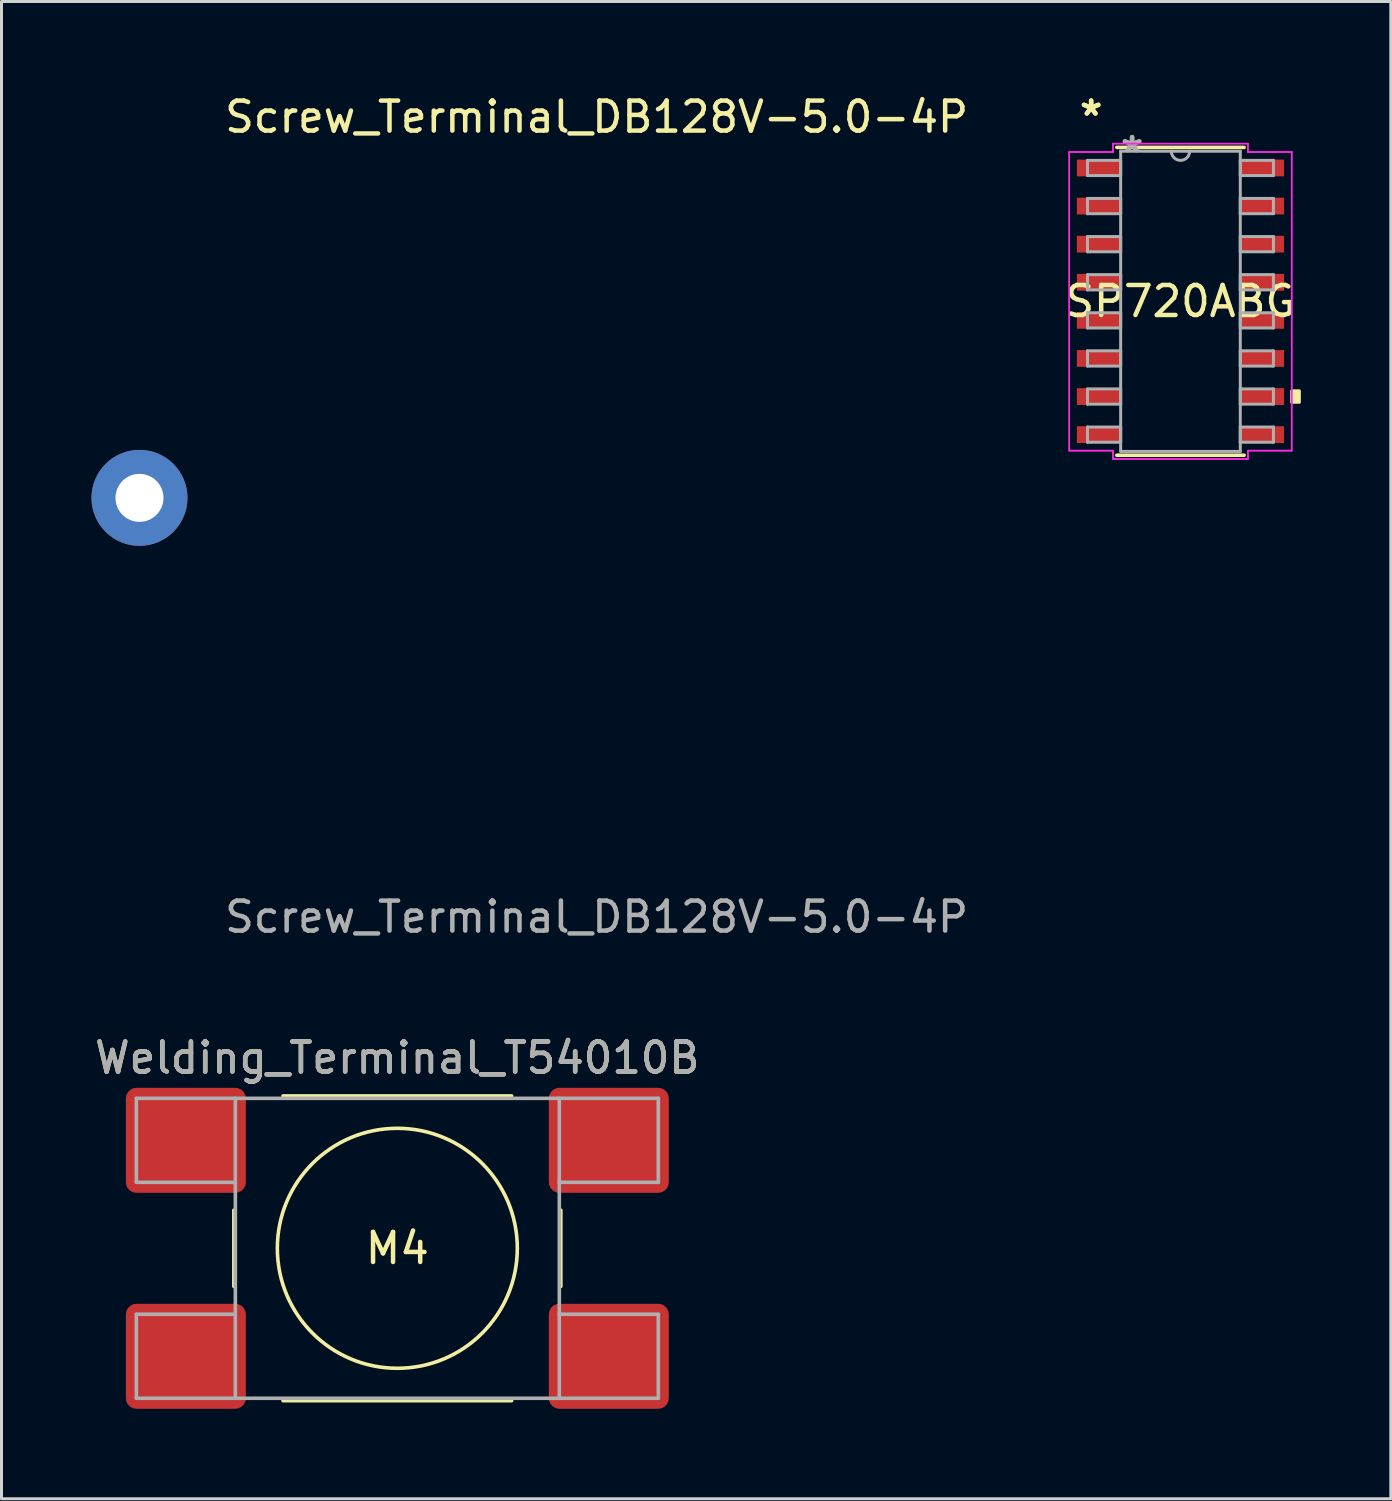
<source format=kicad_pcb>
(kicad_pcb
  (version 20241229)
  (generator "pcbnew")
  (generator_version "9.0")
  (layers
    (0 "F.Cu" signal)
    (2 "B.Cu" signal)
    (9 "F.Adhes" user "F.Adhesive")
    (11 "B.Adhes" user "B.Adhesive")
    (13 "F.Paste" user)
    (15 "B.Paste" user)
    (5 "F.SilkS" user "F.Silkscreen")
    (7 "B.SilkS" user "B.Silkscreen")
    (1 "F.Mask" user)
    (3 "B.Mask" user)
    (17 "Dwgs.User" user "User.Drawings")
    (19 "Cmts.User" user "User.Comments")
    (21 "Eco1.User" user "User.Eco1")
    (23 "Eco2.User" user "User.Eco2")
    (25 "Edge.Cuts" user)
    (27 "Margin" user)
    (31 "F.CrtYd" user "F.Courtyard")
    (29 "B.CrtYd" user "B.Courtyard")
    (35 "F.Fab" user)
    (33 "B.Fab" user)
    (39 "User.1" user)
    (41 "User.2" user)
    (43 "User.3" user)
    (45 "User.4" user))
  (footprint "SP720ABG"
    (layer "F.Cu")
    (at 36.304 6.995)
    (property "Reference" "SP720ABG" (at 0 0 0) (layer "F.SilkS") (effects (font (size 1 1) (thickness 0.15))))
    (attr through_hole)
    (fp_line (start -2.121 5.131) (end 2.121 5.131) (stroke (width 0.12) (type solid)) (layer "F.SilkS"))
    (fp_line (start 2.121 -5.131) (end -2.121 -5.131) (stroke (width 0.12) (type solid)) (layer "F.SilkS"))
    (fp_poly (pts (xy 3.962 2.985) (xy 3.962 3.365) (xy 3.708 3.365) (xy 3.708 2.985)) (stroke (width 0.1) (type solid)) (fill yes) (layer "F.SilkS"))
    (fp_line (start -3.708 -4.978) (end -2.248 -4.978) (stroke (width 0.05) (type solid)) (layer "F.CrtYd"))
    (fp_line (start -3.708 -4.978) (end -2.248 -4.978) (stroke (width 0.05) (type solid)) (layer "F.CrtYd"))
    (fp_line (start -3.708 4.978) (end -3.708 -4.978) (stroke (width 0.05) (type solid)) (layer "F.CrtYd"))
    (fp_line (start -3.708 4.978) (end -3.708 -4.978) (stroke (width 0.05) (type solid)) (layer "F.CrtYd"))
    (fp_line (start -3.708 4.978) (end -2.248 4.978) (stroke (width 0.05) (type solid)) (layer "F.CrtYd"))
    (fp_line (start -2.248 -5.258) (end 2.248 -5.258) (stroke (width 0.05) (type solid)) (layer "F.CrtYd"))
    (fp_line (start -2.248 -5.258) (end 2.248 -5.258) (stroke (width 0.05) (type solid)) (layer "F.CrtYd"))
    (fp_line (start -2.248 -4.978) (end -2.248 -5.258) (stroke (width 0.05) (type solid)) (layer "F.CrtYd"))
    (fp_line (start -2.248 -4.978) (end -2.248 -5.258) (stroke (width 0.05) (type solid)) (layer "F.CrtYd"))
    (fp_line (start -2.248 4.978) (end -3.708 4.978) (stroke (width 0.05) (type solid)) (layer "F.CrtYd"))
    (fp_line (start -2.248 5.258) (end -2.248 4.978) (stroke (width 0.05) (type solid)) (layer "F.CrtYd"))
    (fp_line (start -2.248 5.258) (end -2.248 4.978) (stroke (width 0.05) (type solid)) (layer "F.CrtYd"))
    (fp_line (start 2.248 -5.258) (end 2.248 -4.978) (stroke (width 0.05) (type solid)) (layer "F.CrtYd"))
    (fp_line (start 2.248 -5.258) (end 2.248 -4.978) (stroke (width 0.05) (type solid)) (layer "F.CrtYd"))
    (fp_line (start 2.248 -4.978) (end 3.708 -4.978) (stroke (width 0.05) (type solid)) (layer "F.CrtYd"))
    (fp_line (start 2.248 4.978) (end 2.248 5.258) (stroke (width 0.05) (type solid)) (layer "F.CrtYd"))
    (fp_line (start 2.248 4.978) (end 2.248 5.258) (stroke (width 0.05) (type solid)) (layer "F.CrtYd"))
    (fp_line (start 2.248 5.258) (end -2.248 5.258) (stroke (width 0.05) (type solid)) (layer "F.CrtYd"))
    (fp_line (start 2.248 5.258) (end -2.248 5.258) (stroke (width 0.05) (type solid)) (layer "F.CrtYd"))
    (fp_line (start 3.708 -4.978) (end 2.248 -4.978) (stroke (width 0.05) (type solid)) (layer "F.CrtYd"))
    (fp_line (start 3.708 -4.978) (end 3.708 4.978) (stroke (width 0.05) (type solid)) (layer "F.CrtYd"))
    (fp_line (start 3.708 -4.978) (end 3.708 4.978) (stroke (width 0.05) (type solid)) (layer "F.CrtYd"))
    (fp_line (start 3.708 4.978) (end 2.248 4.978) (stroke (width 0.05) (type solid)) (layer "F.CrtYd"))
    (fp_line (start 3.708 4.978) (end 2.248 4.978) (stroke (width 0.05) (type solid)) (layer "F.CrtYd"))
    (fp_line (start -3.099 -4.699) (end -3.099 -4.191) (stroke (width 0.1) (type solid)) (layer "F.Fab"))
    (fp_line (start -3.099 -4.191) (end -1.994 -4.191) (stroke (width 0.1) (type solid)) (layer "F.Fab"))
    (fp_line (start -3.099 -3.429) (end -3.099 -2.921) (stroke (width 0.1) (type solid)) (layer "F.Fab"))
    (fp_line (start -3.099 -2.921) (end -1.994 -2.921) (stroke (width 0.1) (type solid)) (layer "F.Fab"))
    (fp_line (start -3.099 -2.159) (end -3.099 -1.651) (stroke (width 0.1) (type solid)) (layer "F.Fab"))
    (fp_line (start -3.099 -1.651) (end -1.994 -1.651) (stroke (width 0.1) (type solid)) (layer "F.Fab"))
    (fp_line (start -3.099 -0.889) (end -3.099 -0.381) (stroke (width 0.1) (type solid)) (layer "F.Fab"))
    (fp_line (start -3.099 -0.381) (end -1.994 -0.381) (stroke (width 0.1) (type solid)) (layer "F.Fab"))
    (fp_line (start -3.099 0.381) (end -3.099 0.889) (stroke (width 0.1) (type solid)) (layer "F.Fab"))
    (fp_line (start -3.099 0.889) (end -1.994 0.889) (stroke (width 0.1) (type solid)) (layer "F.Fab"))
    (fp_line (start -3.099 1.651) (end -3.099 2.159) (stroke (width 0.1) (type solid)) (layer "F.Fab"))
    (fp_line (start -3.099 2.159) (end -1.994 2.159) (stroke (width 0.1) (type solid)) (layer "F.Fab"))
    (fp_line (start -3.099 2.921) (end -3.099 3.429) (stroke (width 0.1) (type solid)) (layer "F.Fab"))
    (fp_line (start -3.099 3.429) (end -1.994 3.429) (stroke (width 0.1) (type solid)) (layer "F.Fab"))
    (fp_line (start -3.099 4.191) (end -3.099 4.699) (stroke (width 0.1) (type solid)) (layer "F.Fab"))
    (fp_line (start -3.099 4.699) (end -1.994 4.699) (stroke (width 0.1) (type solid)) (layer "F.Fab"))
    (fp_line (start -1.994 -5.004) (end -1.994 5.004) (stroke (width 0.1) (type solid)) (layer "F.Fab"))
    (fp_line (start -1.994 -4.699) (end -3.099 -4.699) (stroke (width 0.1) (type solid)) (layer "F.Fab"))
    (fp_line (start -1.994 -4.191) (end -1.994 -4.699) (stroke (width 0.1) (type solid)) (layer "F.Fab"))
    (fp_line (start -1.994 -3.429) (end -3.099 -3.429) (stroke (width 0.1) (type solid)) (layer "F.Fab"))
    (fp_line (start -1.994 -2.921) (end -1.994 -3.429) (stroke (width 0.1) (type solid)) (layer "F.Fab"))
    (fp_line (start -1.994 -2.159) (end -3.099 -2.159) (stroke (width 0.1) (type solid)) (layer "F.Fab"))
    (fp_line (start -1.994 -1.651) (end -1.994 -2.159) (stroke (width 0.1) (type solid)) (layer "F.Fab"))
    (fp_line (start -1.994 -0.889) (end -3.099 -0.889) (stroke (width 0.1) (type solid)) (layer "F.Fab"))
    (fp_line (start -1.994 -0.381) (end -1.994 -0.889) (stroke (width 0.1) (type solid)) (layer "F.Fab"))
    (fp_line (start -1.994 0.381) (end -3.099 0.381) (stroke (width 0.1) (type solid)) (layer "F.Fab"))
    (fp_line (start -1.994 0.889) (end -1.994 0.381) (stroke (width 0.1) (type solid)) (layer "F.Fab"))
    (fp_line (start -1.994 1.651) (end -3.099 1.651) (stroke (width 0.1) (type solid)) (layer "F.Fab"))
    (fp_line (start -1.994 2.159) (end -1.994 1.651) (stroke (width 0.1) (type solid)) (layer "F.Fab"))
    (fp_line (start -1.994 2.921) (end -3.099 2.921) (stroke (width 0.1) (type solid)) (layer "F.Fab"))
    (fp_line (start -1.994 3.429) (end -1.994 2.921) (stroke (width 0.1) (type solid)) (layer "F.Fab"))
    (fp_line (start -1.994 4.191) (end -3.099 4.191) (stroke (width 0.1) (type solid)) (layer "F.Fab"))
    (fp_line (start -1.994 4.699) (end -1.994 4.191) (stroke (width 0.1) (type solid)) (layer "F.Fab"))
    (fp_line (start -1.994 5.004) (end 1.994 5.004) (stroke (width 0.1) (type solid)) (layer "F.Fab"))
    (fp_line (start 1.994 -5.004) (end -1.994 -5.004) (stroke (width 0.1) (type solid)) (layer "F.Fab"))
    (fp_line (start 1.994 -4.699) (end 1.994 -4.191) (stroke (width 0.1) (type solid)) (layer "F.Fab"))
    (fp_line (start 1.994 -4.191) (end 3.099 -4.191) (stroke (width 0.1) (type solid)) (layer "F.Fab"))
    (fp_line (start 1.994 -3.429) (end 1.994 -2.921) (stroke (width 0.1) (type solid)) (layer "F.Fab"))
    (fp_line (start 1.994 -2.921) (end 3.099 -2.921) (stroke (width 0.1) (type solid)) (layer "F.Fab"))
    (fp_line (start 1.994 -2.159) (end 1.994 -1.651) (stroke (width 0.1) (type solid)) (layer "F.Fab"))
    (fp_line (start 1.994 -1.651) (end 3.099 -1.651) (stroke (width 0.1) (type solid)) (layer "F.Fab"))
    (fp_line (start 1.994 -0.889) (end 1.994 -0.381) (stroke (width 0.1) (type solid)) (layer "F.Fab"))
    (fp_line (start 1.994 -0.381) (end 3.099 -0.381) (stroke (width 0.1) (type solid)) (layer "F.Fab"))
    (fp_line (start 1.994 0.381) (end 1.994 0.889) (stroke (width 0.1) (type solid)) (layer "F.Fab"))
    (fp_line (start 1.994 0.889) (end 3.099 0.889) (stroke (width 0.1) (type solid)) (layer "F.Fab"))
    (fp_line (start 1.994 1.651) (end 1.994 2.159) (stroke (width 0.1) (type solid)) (layer "F.Fab"))
    (fp_line (start 1.994 2.159) (end 3.099 2.159) (stroke (width 0.1) (type solid)) (layer "F.Fab"))
    (fp_line (start 1.994 2.921) (end 1.994 3.429) (stroke (width 0.1) (type solid)) (layer "F.Fab"))
    (fp_line (start 1.994 3.429) (end 3.099 3.429) (stroke (width 0.1) (type solid)) (layer "F.Fab"))
    (fp_line (start 1.994 4.191) (end 1.994 4.699) (stroke (width 0.1) (type solid)) (layer "F.Fab"))
    (fp_line (start 1.994 4.699) (end 3.099 4.699) (stroke (width 0.1) (type solid)) (layer "F.Fab"))
    (fp_line (start 1.994 5.004) (end 1.994 -5.004) (stroke (width 0.1) (type solid)) (layer "F.Fab"))
    (fp_line (start 3.099 -4.699) (end 1.994 -4.699) (stroke (width 0.1) (type solid)) (layer "F.Fab"))
    (fp_line (start 3.099 -4.191) (end 3.099 -4.699) (stroke (width 0.1) (type solid)) (layer "F.Fab"))
    (fp_line (start 3.099 -3.429) (end 1.994 -3.429) (stroke (width 0.1) (type solid)) (layer "F.Fab"))
    (fp_line (start 3.099 -2.921) (end 3.099 -3.429) (stroke (width 0.1) (type solid)) (layer "F.Fab"))
    (fp_line (start 3.099 -2.159) (end 1.994 -2.159) (stroke (width 0.1) (type solid)) (layer "F.Fab"))
    (fp_line (start 3.099 -1.651) (end 3.099 -2.159) (stroke (width 0.1) (type solid)) (layer "F.Fab"))
    (fp_line (start 3.099 -0.889) (end 1.994 -0.889) (stroke (width 0.1) (type solid)) (layer "F.Fab"))
    (fp_line (start 3.099 -0.381) (end 3.099 -0.889) (stroke (width 0.1) (type solid)) (layer "F.Fab"))
    (fp_line (start 3.099 0.381) (end 1.994 0.381) (stroke (width 0.1) (type solid)) (layer "F.Fab"))
    (fp_line (start 3.099 0.889) (end 3.099 0.381) (stroke (width 0.1) (type solid)) (layer "F.Fab"))
    (fp_line (start 3.099 1.651) (end 1.994 1.651) (stroke (width 0.1) (type solid)) (layer "F.Fab"))
    (fp_line (start 3.099 2.159) (end 3.099 1.651) (stroke (width 0.1) (type solid)) (layer "F.Fab"))
    (fp_line (start 3.099 2.921) (end 1.994 2.921) (stroke (width 0.1) (type solid)) (layer "F.Fab"))
    (fp_line (start 3.099 3.429) (end 3.099 2.921) (stroke (width 0.1) (type solid)) (layer "F.Fab"))
    (fp_line (start 3.099 4.191) (end 1.994 4.191) (stroke (width 0.1) (type solid)) (layer "F.Fab"))
    (fp_line (start 3.099 4.699) (end 3.099 4.191) (stroke (width 0.1) (type solid)) (layer "F.Fab"))
    (fp_arc (start 0.3048 -5.0038) (mid 0 -4.699) (end -0.3048 -5.0038) (stroke (width 0.1) (type solid)) (layer "F.Fab"))
    (fp_text user "*" (at -2.978 -6.147 0) (layer "F.SilkS") (effects (font (size 1 1) (thickness 0.15))))
    (fp_text user "*" (at -2.978 -6.147 0) (layer "F.SilkS") (effects (font (size 1 1) (thickness 0.15))))
    (fp_text user "*" (at -1.613 -4.928 0) (layer "F.Fab") (effects (font (size 1 1) (thickness 0.15))))
    (fp_text user "*" (at -1.613 -4.928 0) (layer "F.Fab") (effects (font (size 1 1) (thickness 0.15))))
    (pad "1" smd rect (at -2.724 -4.445) (size 1.46 0.559) (layers "F.Cu" "F.Mask" "F.Paste"))
    (pad "2" smd rect (at -2.724 -3.175) (size 1.46 0.559) (layers "F.Cu" "F.Mask" "F.Paste"))
    (pad "3" smd rect (at -2.724 -1.905) (size 1.46 0.559) (layers "F.Cu" "F.Mask" "F.Paste"))
    (pad "4" smd rect (at -2.724 -0.635) (size 1.46 0.559) (layers "F.Cu" "F.Mask" "F.Paste"))
    (pad "5" smd rect (at -2.724 0.635) (size 1.46 0.559) (layers "F.Cu" "F.Mask" "F.Paste"))
    (pad "6" smd rect (at -2.724 1.905) (size 1.46 0.559) (layers "F.Cu" "F.Mask" "F.Paste"))
    (pad "7" smd rect (at -2.724 3.175) (size 1.46 0.559) (layers "F.Cu" "F.Mask" "F.Paste"))
    (pad "8" smd rect (at -2.724 4.445) (size 1.46 0.559) (layers "F.Cu" "F.Mask" "F.Paste"))
    (pad "9" smd rect (at 2.724 4.445) (size 1.46 0.559) (layers "F.Cu" "F.Mask" "F.Paste"))
    (pad "10" smd rect (at 2.724 3.175) (size 1.46 0.559) (layers "F.Cu" "F.Mask" "F.Paste"))
    (pad "11" smd rect (at 2.724 1.905) (size 1.46 0.559) (layers "F.Cu" "F.Mask" "F.Paste"))
    (pad "12" smd rect (at 2.724 0.635) (size 1.46 0.559) (layers "F.Cu" "F.Mask" "F.Paste"))
    (pad "13" smd rect (at 2.724 -0.635) (size 1.46 0.559) (layers "F.Cu" "F.Mask" "F.Paste"))
    (pad "14" smd rect (at 2.724 -1.905) (size 1.46 0.559) (layers "F.Cu" "F.Mask" "F.Paste"))
    (pad "15" smd rect (at 2.724 -3.175) (size 1.46 0.559) (layers "F.Cu" "F.Mask" "F.Paste"))
    (pad "16" smd rect (at 2.724 -4.445) (size 1.46 0.559) (layers "F.Cu" "F.Mask" "F.Paste")))
  (footprint "Screw_Terminal_DB128V-5.0-4P"
    (layer "F.Cu")
    (at 16.84 14.818)
    (property "Reference" "Screw_Terminal_DB128V-5.0-4P" (at 0 -13.97 0) (unlocked yes) (layer "F.SilkS") (effects (font (size 1 1) (thickness 0.15))))
    (attr through_hole)
    (fp_text user "${REFERENCE}" (at 0 12.7 0) (unlocked yes) (layer "F.Fab") (effects (font (size 1 1) (thickness 0.15))))
    (pad "1" thru_hole circle (at -15.24 -1.27) (size 3.2 3.2) (drill 1.6) (layers "*.Cu" "*.Mask")))
  (footprint "Welding_Terminal_T54010B"
    (layer "F.Cu")
    (at 10.196 38.565)
    (property "Reference" "Welding_Terminal_T54010B" (at 0 -6.35 0) (unlocked yes) (layer "F.SilkS") (effects (font (size 1 1) (thickness 0.15))))
    (attr through_hole)
    (fp_line (start -5.45 1.27) (end -5.45 -1.27) (stroke (width 0.12) (type solid)) (layer "F.SilkS"))
    (fp_line (start -3.81 -5.08) (end 3.81 -5.08) (stroke (width 0.12) (type solid)) (layer "F.SilkS"))
    (fp_line (start -3.81 5.08) (end 3.81 5.08) (stroke (width 0.12) (type solid)) (layer "F.SilkS"))
    (fp_line (start 5.45 1.27) (end 5.45 -1.27) (stroke (width 0.12) (type solid)) (layer "F.SilkS"))
    (fp_circle (center 0 0) (end 0 -4) (stroke (width 0.12) (type solid)) (fill no) (layer "F.SilkS"))
    (fp_line (start -8.7 -5) (end -8.7 -2.2) (stroke (width 0.12) (type solid)) (layer "F.Fab"))
    (fp_line (start -8.7 2.2) (end -8.7 5) (stroke (width 0.12) (type solid)) (layer "F.Fab"))
    (fp_line (start -5.4 -5) (end -8.7 -5) (stroke (width 0.12) (type solid)) (layer "F.Fab"))
    (fp_line (start -5.4 -2.2) (end -8.7 -2.2) (stroke (width 0.12) (type solid)) (layer "F.Fab"))
    (fp_line (start -5.4 2.2) (end -8.7 2.2) (stroke (width 0.12) (type solid)) (layer "F.Fab"))
    (fp_line (start -5.4 5) (end -8.7 5) (stroke (width 0.12) (type solid)) (layer "F.Fab"))
    (fp_line (start 5.4 -5) (end 8.7 -5) (stroke (width 0.12) (type solid)) (layer "F.Fab"))
    (fp_line (start 5.4 -2.2) (end 8.7 -2.2) (stroke (width 0.12) (type solid)) (layer "F.Fab"))
    (fp_line (start 5.4 2.2) (end 8.7 2.2) (stroke (width 0.12) (type solid)) (layer "F.Fab"))
    (fp_line (start 5.4 5) (end 8.7 5) (stroke (width 0.12) (type solid)) (layer "F.Fab"))
    (fp_line (start 8.7 -2.2) (end 8.7 -5) (stroke (width 0.12) (type solid)) (layer "F.Fab"))
    (fp_line (start 8.7 5) (end 8.7 2.2) (stroke (width 0.12) (type solid)) (layer "F.Fab"))
    (fp_rect (start -5.4 -5) (end 5.4 5) (stroke (width 0.12) (type solid)) (fill no) (layer "F.Fab"))
    (fp_text user "M4" (at 0 0 0) (unlocked yes) (layer "F.SilkS") (effects (font (size 1 1) (thickness 0.15))))
    (fp_text user "${REFERENCE}" (at 0 -6.35 0) (unlocked yes) (layer "F.Fab") (effects (font (size 1 1) (thickness 0.15))))
    (pad "1" smd roundrect (at -7.05 -3.6 90) (size 3.5 4) (layers "F.Cu" "F.Mask" "F.Paste") (roundrect_rratio 0.1))
    (pad "1" smd roundrect (at -7.05 3.6 90) (size 3.5 4) (layers "F.Cu" "F.Mask" "F.Paste") (roundrect_rratio 0.1))
    (pad "1" smd roundrect (at 7.05 -3.6 90) (size 3.5 4) (layers "F.Cu" "F.Mask" "F.Paste") (roundrect_rratio 0.1))
    (pad "1" smd roundrect (at 7.05 3.6 90) (size 3.5 4) (layers "F.Cu" "F.Mask" "F.Paste") (roundrect_rratio 0.1)))
  (gr_rect
    (start -3 -3)
    (end 43.317 46.915)
    (stroke (width 0.1) (type default))
    (fill no)
    (layer "Edge.Cuts")))
</source>
